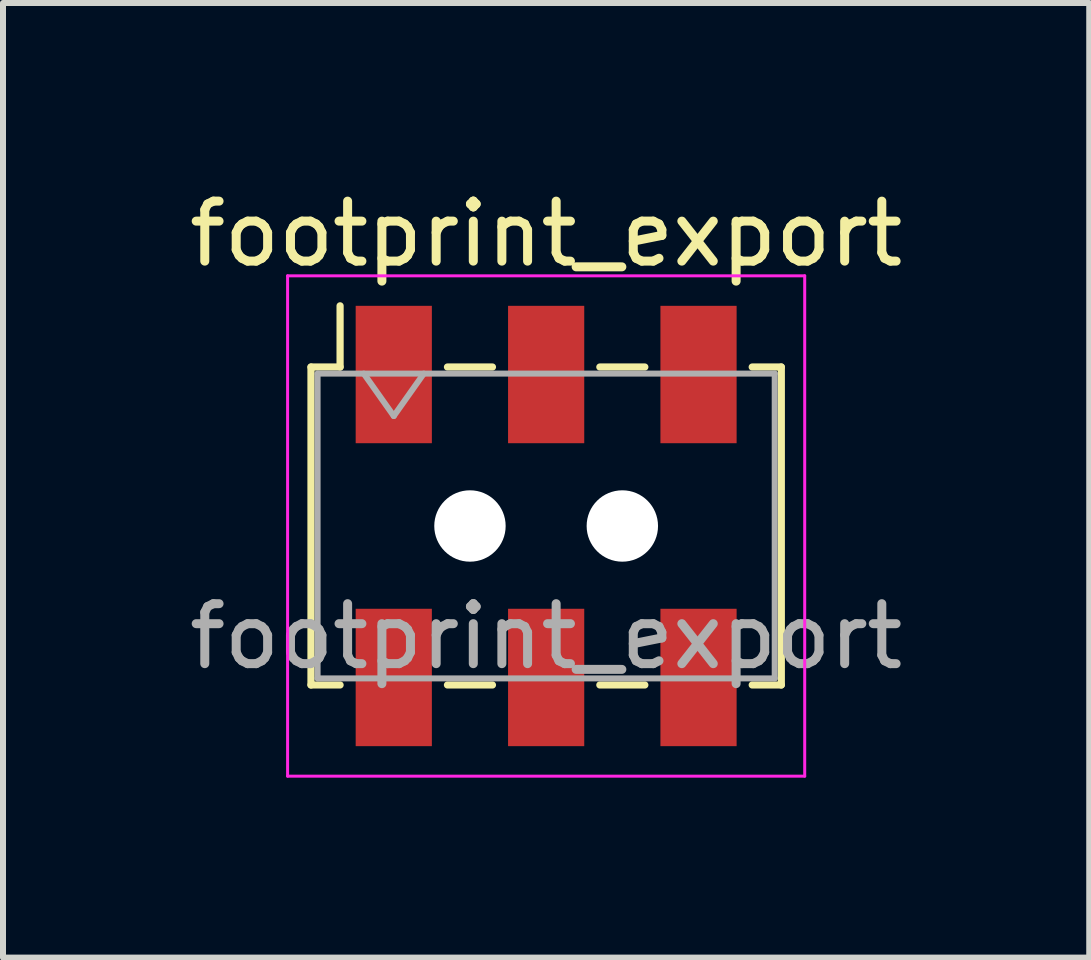
<source format=kicad_pcb>
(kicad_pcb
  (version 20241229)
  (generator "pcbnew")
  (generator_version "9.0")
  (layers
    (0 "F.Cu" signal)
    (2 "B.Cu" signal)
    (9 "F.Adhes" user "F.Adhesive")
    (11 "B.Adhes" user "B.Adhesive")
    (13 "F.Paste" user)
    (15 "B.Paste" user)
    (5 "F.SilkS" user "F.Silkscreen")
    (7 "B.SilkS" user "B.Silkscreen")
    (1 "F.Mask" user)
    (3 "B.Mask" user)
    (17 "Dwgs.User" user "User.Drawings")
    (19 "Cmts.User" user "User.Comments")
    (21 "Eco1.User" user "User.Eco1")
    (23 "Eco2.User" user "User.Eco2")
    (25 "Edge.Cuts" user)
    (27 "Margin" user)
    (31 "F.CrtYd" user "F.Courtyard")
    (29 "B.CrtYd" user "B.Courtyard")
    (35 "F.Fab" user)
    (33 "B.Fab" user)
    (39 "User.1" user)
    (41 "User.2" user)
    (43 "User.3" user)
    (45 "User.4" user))
  (footprint "footprint_export"
    (layer "F.Cu")
    (at 6.054 5.718)
    (property "Reference" "footprint_export" (at 0 -4.87 0) (layer "F.SilkS") (effects (font (size 1 1) (thickness 0.15))))
    (attr smd)
    (fp_line (start -3.92 -2.65) (end -3.92 2.65) (stroke (width 0.12) (type solid)) (layer "F.SilkS"))
    (fp_line (start -3.92 2.65) (end -3.435 2.65) (stroke (width 0.12) (type solid)) (layer "F.SilkS"))
    (fp_line (start -3.435 -3.67) (end -3.435 -2.65) (stroke (width 0.12) (type solid)) (layer "F.SilkS"))
    (fp_line (start -3.435 -2.65) (end -3.92 -2.65) (stroke (width 0.12) (type solid)) (layer "F.SilkS"))
    (fp_line (start -1.645 -2.65) (end -0.895 -2.65) (stroke (width 0.12) (type solid)) (layer "F.SilkS"))
    (fp_line (start -1.645 2.65) (end -0.895 2.65) (stroke (width 0.12) (type solid)) (layer "F.SilkS"))
    (fp_line (start 0.895 -2.65) (end 1.645 -2.65) (stroke (width 0.12) (type solid)) (layer "F.SilkS"))
    (fp_line (start 0.895 2.65) (end 1.645 2.65) (stroke (width 0.12) (type solid)) (layer "F.SilkS"))
    (fp_line (start 3.435 -2.65) (end 3.92 -2.65) (stroke (width 0.12) (type solid)) (layer "F.SilkS"))
    (fp_line (start 3.92 -2.65) (end 3.92 2.65) (stroke (width 0.12) (type solid)) (layer "F.SilkS"))
    (fp_line (start 3.92 2.65) (end 3.435 2.65) (stroke (width 0.12) (type solid)) (layer "F.SilkS"))
    (fp_line (start -4.31 -4.17) (end 4.31 -4.17) (stroke (width 0.05) (type solid)) (layer "F.CrtYd"))
    (fp_line (start -4.31 4.17) (end -4.31 -4.17) (stroke (width 0.05) (type solid)) (layer "F.CrtYd"))
    (fp_line (start 4.31 -4.17) (end 4.31 4.17) (stroke (width 0.05) (type solid)) (layer "F.CrtYd"))
    (fp_line (start 4.31 4.17) (end -4.31 4.17) (stroke (width 0.05) (type solid)) (layer "F.CrtYd"))
    (fp_line (start -3.81 -2.54) (end 3.81 -2.54) (stroke (width 0.1) (type solid)) (layer "F.Fab"))
    (fp_line (start -3.81 2.54) (end -3.81 -2.54) (stroke (width 0.1) (type solid)) (layer "F.Fab"))
    (fp_line (start -3.04 -2.54) (end -2.54 -1.833) (stroke (width 0.1) (type solid)) (layer "F.Fab"))
    (fp_line (start -2.54 -1.833) (end -2.04 -2.54) (stroke (width 0.1) (type solid)) (layer "F.Fab"))
    (fp_line (start 3.81 -2.54) (end 3.81 2.54) (stroke (width 0.1) (type solid)) (layer "F.Fab"))
    (fp_line (start 3.81 2.54) (end -3.81 2.54) (stroke (width 0.1) (type solid)) (layer "F.Fab"))
    (fp_text user "${REFERENCE}" (at 0 1.84 0) (layer "F.Fab") (effects (font (size 1 1) (thickness 0.15))))
    (pad "" np_thru_hole circle (at -1.27 0) (size 1.19 1.19) (drill 1.19) (layers "*.Cu" "*.Mask"))
    (pad "" np_thru_hole circle (at 1.27 0) (size 1.19 1.19) (drill 1.19) (layers "*.Cu" "*.Mask"))
    (pad "1" smd rect (at -2.54 -2.525) (size 1.27 2.29) (layers "F.Cu" "F.Mask" "F.Paste"))
    (pad "2" smd rect (at -2.54 2.525) (size 1.27 2.29) (layers "F.Cu" "F.Mask" "F.Paste"))
    (pad "3" smd rect (at 0 -2.525) (size 1.27 2.29) (layers "F.Cu" "F.Mask" "F.Paste"))
    (pad "4" smd rect (at 0 2.525) (size 1.27 2.29) (layers "F.Cu" "F.Mask" "F.Paste"))
    (pad "5" smd rect (at 2.54 -2.525) (size 1.27 2.29) (layers "F.Cu" "F.Mask" "F.Paste"))
    (pad "6" smd rect (at 2.54 2.525) (size 1.27 2.29) (layers "F.Cu" "F.Mask" "F.Paste")))
  (gr_rect
    (start -3 -3)
    (end 15.107 12.913)
    (stroke (width 0.1) (type default))
    (fill no)
    (layer "Edge.Cuts")))
</source>
